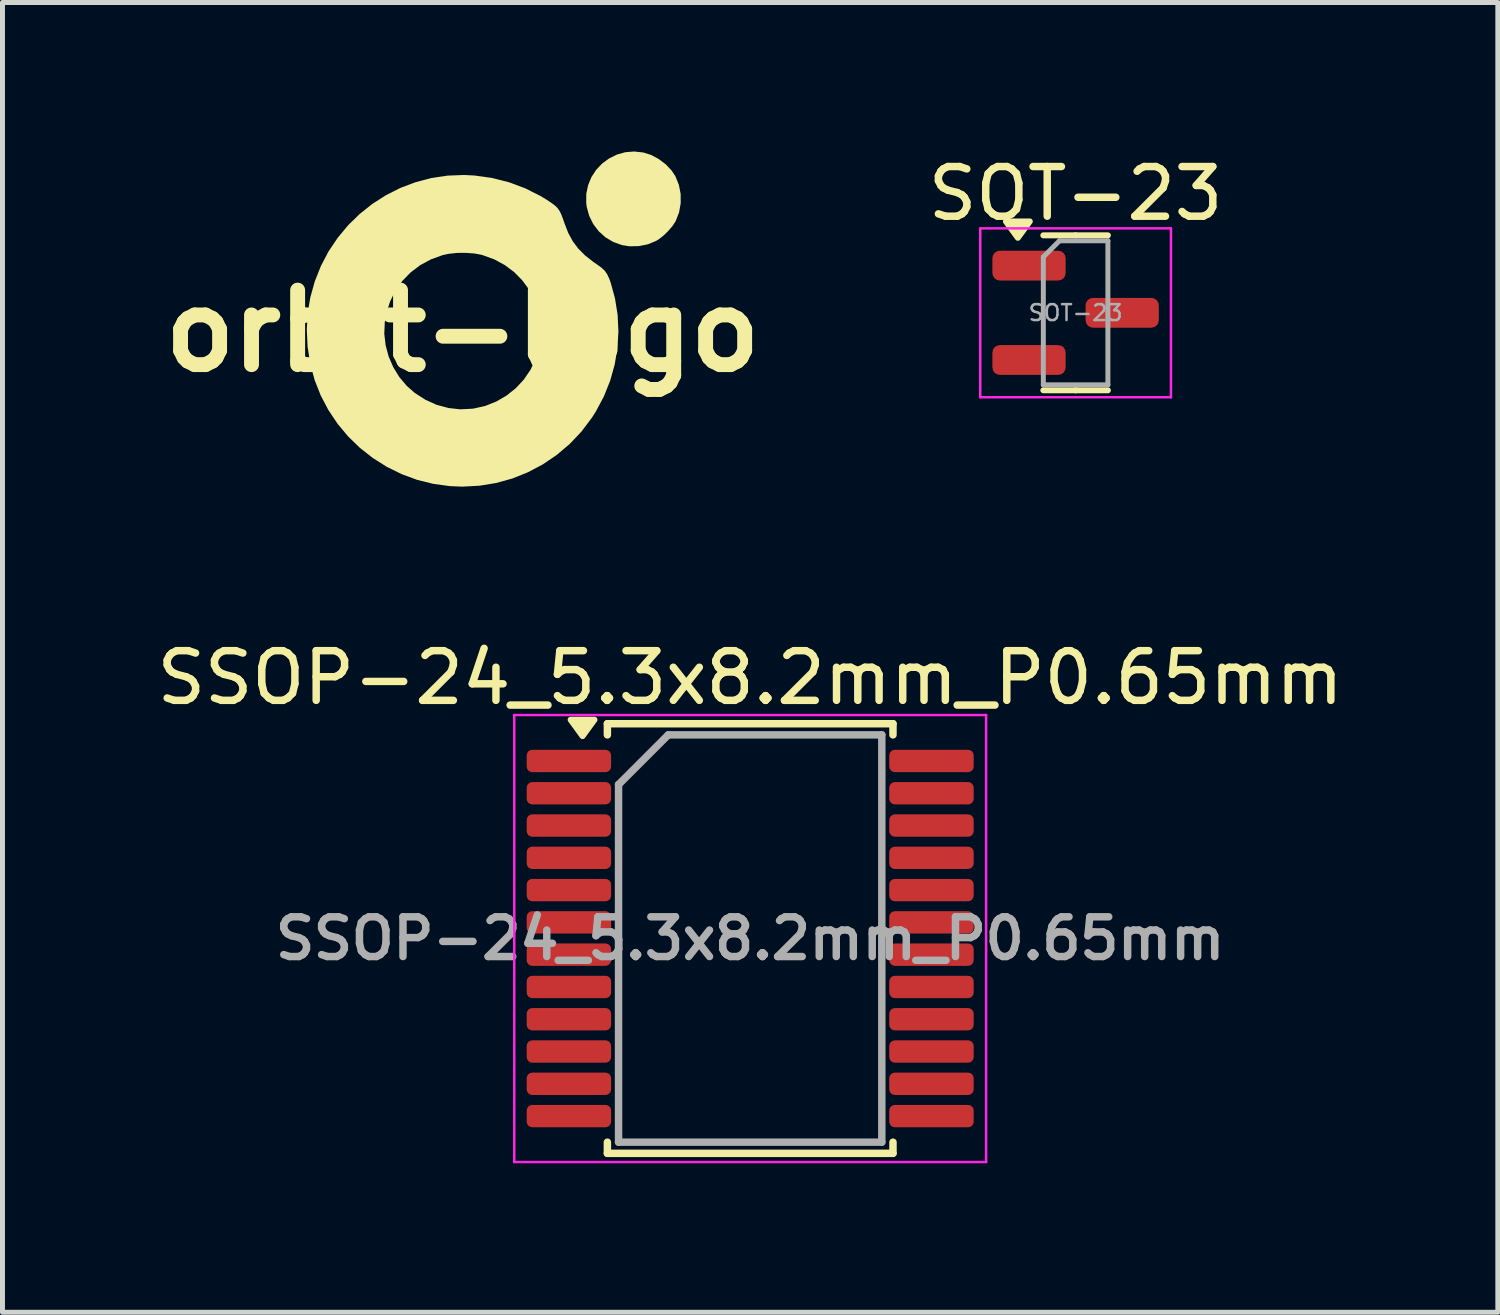
<source format=kicad_pcb>
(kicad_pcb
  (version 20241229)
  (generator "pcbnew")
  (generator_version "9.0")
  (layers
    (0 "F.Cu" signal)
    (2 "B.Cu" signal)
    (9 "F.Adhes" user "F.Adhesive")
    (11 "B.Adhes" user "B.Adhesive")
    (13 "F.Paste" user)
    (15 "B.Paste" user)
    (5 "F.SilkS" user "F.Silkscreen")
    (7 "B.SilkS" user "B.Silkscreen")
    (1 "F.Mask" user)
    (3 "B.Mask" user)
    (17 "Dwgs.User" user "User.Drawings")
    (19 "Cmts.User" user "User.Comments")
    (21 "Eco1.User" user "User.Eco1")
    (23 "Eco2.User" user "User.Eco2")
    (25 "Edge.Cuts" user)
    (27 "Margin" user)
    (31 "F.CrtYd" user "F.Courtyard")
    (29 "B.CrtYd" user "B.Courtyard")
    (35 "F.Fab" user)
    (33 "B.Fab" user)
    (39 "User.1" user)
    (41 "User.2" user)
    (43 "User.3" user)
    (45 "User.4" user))
  (footprint "orbit-logo"
    (layer "F.Cu")
    (at 6.264 3.613)
    (property "Reference" "orbit-logo" (at 0 0 0) (layer "F.SilkS") (effects (font (size 1.5 1.5) (thickness 0.3))))
    (attr board_only exclude_from_pos_files exclude_from_bom)
    (fp_poly (pts (xy 3.638 -3.593) (xy 3.796 -3.543) (xy 3.949 -3.461) (xy 4.089 -3.355) (xy 4.207 -3.231) (xy 4.284 -3.115) (xy 4.354 -2.942) (xy 4.39 -2.758) (xy 4.391 -2.57) (xy 4.358 -2.386) (xy 4.29 -2.212) (xy 4.283 -2.2) (xy 4.224 -2.11) (xy 4.141 -2.014) (xy 4.047 -1.922) (xy 3.952 -1.847) (xy 3.896 -1.813) (xy 3.729 -1.744) (xy 3.547 -1.708) (xy 3.361 -1.704) (xy 3.211 -1.728) (xy 3.035 -1.79) (xy 2.877 -1.884) (xy 2.741 -2.006) (xy 2.63 -2.152) (xy 2.548 -2.318) (xy 2.499 -2.499) (xy 2.489 -2.575) (xy 2.49 -2.76) (xy 2.527 -2.935) (xy 2.594 -3.098) (xy 2.689 -3.243) (xy 2.808 -3.369) (xy 2.948 -3.472) (xy 3.104 -3.55) (xy 3.274 -3.598) (xy 3.453 -3.613)) (stroke (width 0) (type solid)) (fill yes) (layer "F.SilkS"))
    (fp_poly (pts (xy 0.244 -3.129) (xy 0.593 -3.079) (xy 0.932 -2.994) (xy 1.257 -2.873) (xy 1.564 -2.719) (xy 1.69 -2.643) (xy 1.787 -2.579) (xy 1.859 -2.525) (xy 1.913 -2.472) (xy 1.955 -2.411) (xy 1.991 -2.335) (xy 2.029 -2.233) (xy 2.051 -2.169) (xy 2.126 -1.975) (xy 2.217 -1.807) (xy 2.328 -1.658) (xy 2.465 -1.521) (xy 2.633 -1.389) (xy 2.697 -1.345) (xy 2.792 -1.277) (xy 2.86 -1.214) (xy 2.91 -1.143) (xy 2.952 -1.053) (xy 2.979 -0.98) (xy 3.068 -0.656) (xy 3.121 -0.325) (xy 3.137 0.01) (xy 3.117 0.345) (xy 3.062 0.677) (xy 2.971 1.002) (xy 2.845 1.317) (xy 2.685 1.618) (xy 2.601 1.75) (xy 2.392 2.027) (xy 2.156 2.276) (xy 1.896 2.496) (xy 1.616 2.686) (xy 1.318 2.844) (xy 1.005 2.97) (xy 0.678 3.061) (xy 0.342 3.116) (xy -0.002 3.135) (xy -0.252 3.125) (xy -0.59 3.079) (xy -0.917 2.998) (xy -1.23 2.882) (xy -1.528 2.735) (xy -1.808 2.558) (xy -2.068 2.354) (xy -2.305 2.124) (xy -2.517 1.87) (xy -2.701 1.595) (xy -2.856 1.301) (xy -2.979 0.989) (xy -3.067 0.662) (xy -3.068 0.659) (xy -3.121 0.315) (xy -3.133 0.057) (xy -1.577 0.057) (xy -1.55 0.288) (xy -1.489 0.515) (xy -1.396 0.73) (xy -1.274 0.929) (xy -1.124 1.107) (xy -0.965 1.247) (xy -0.75 1.385) (xy -0.525 1.487) (xy -0.29 1.551) (xy -0.049 1.578) (xy 0.196 1.566) (xy 0.224 1.562) (xy 0.458 1.509) (xy 0.679 1.421) (xy 0.885 1.301) (xy 1.071 1.153) (xy 1.233 0.979) (xy 1.367 0.782) (xy 1.47 0.566) (xy 1.489 0.516) (xy 1.551 0.279) (xy 1.576 0.042) (xy 1.566 -0.191) (xy 1.522 -0.417) (xy 1.445 -0.632) (xy 1.338 -0.833) (xy 1.202 -1.018) (xy 1.04 -1.183) (xy 0.851 -1.325) (xy 0.64 -1.44) (xy 0.406 -1.525) (xy 0.401 -1.527) (xy 0.247 -1.558) (xy 0.072 -1.572) (xy -0.109 -1.571) (xy -0.28 -1.553) (xy -0.401 -1.527) (xy -0.639 -1.44) (xy -0.856 -1.323) (xy -1.048 -1.177) (xy -1.215 -1.005) (xy -1.353 -0.81) (xy -1.46 -0.594) (xy -1.534 -0.359) (xy -1.567 -0.175) (xy -1.577 0.057) (xy -3.133 0.057) (xy -3.137 -0.032) (xy -3.116 -0.375) (xy -3.068 -0.668) (xy -2.977 -0.996) (xy -2.853 -1.308) (xy -2.699 -1.602) (xy -2.515 -1.875) (xy -2.306 -2.127) (xy -2.072 -2.355) (xy -1.817 -2.558) (xy -1.543 -2.733) (xy -1.252 -2.88) (xy -0.947 -2.995) (xy -0.63 -3.079) (xy -0.304 -3.127) (xy 0.03 -3.14)) (stroke (width 0) (type solid)) (fill yes) (layer "F.SilkS")))
  (footprint "SOT-23"
    (layer "F.Cu")
    (at 18.606 3.248)
    (property "Reference" "SOT-23" (at 0 -2.4 0) (layer "F.SilkS") (effects (font (size 1 1) (thickness 0.15))))
    (attr smd)
    (fp_line (start 0 -1.56) (end -0.65 -1.56) (stroke (width 0.12) (type solid)) (layer "F.SilkS"))
    (fp_line (start 0 -1.56) (end 0.65 -1.56) (stroke (width 0.12) (type solid)) (layer "F.SilkS"))
    (fp_line (start 0 1.56) (end -0.65 1.56) (stroke (width 0.12) (type solid)) (layer "F.SilkS"))
    (fp_line (start 0 1.56) (end 0.65 1.56) (stroke (width 0.12) (type solid)) (layer "F.SilkS"))
    (fp_poly (pts (xy -1.163 -1.51) (xy -1.403 -1.84) (xy -0.922 -1.84) (xy -1.163 -1.51)) (stroke (width 0.12) (type solid)) (fill yes) (layer "F.SilkS"))
    (fp_line (start -1.92 -1.7) (end -1.92 1.7) (stroke (width 0.05) (type solid)) (layer "F.CrtYd"))
    (fp_line (start -1.92 1.7) (end 1.92 1.7) (stroke (width 0.05) (type solid)) (layer "F.CrtYd"))
    (fp_line (start 1.92 -1.7) (end -1.92 -1.7) (stroke (width 0.05) (type solid)) (layer "F.CrtYd"))
    (fp_line (start 1.92 1.7) (end 1.92 -1.7) (stroke (width 0.05) (type solid)) (layer "F.CrtYd"))
    (fp_line (start -0.65 -1.125) (end -0.325 -1.45) (stroke (width 0.1) (type solid)) (layer "F.Fab"))
    (fp_line (start -0.65 1.45) (end -0.65 -1.125) (stroke (width 0.1) (type solid)) (layer "F.Fab"))
    (fp_line (start -0.325 -1.45) (end 0.65 -1.45) (stroke (width 0.1) (type solid)) (layer "F.Fab"))
    (fp_line (start 0.65 -1.45) (end 0.65 1.45) (stroke (width 0.1) (type solid)) (layer "F.Fab"))
    (fp_line (start 0.65 1.45) (end -0.65 1.45) (stroke (width 0.1) (type solid)) (layer "F.Fab"))
    (fp_text user "${REFERENCE}" (at 0 0 0) (layer "F.Fab") (effects (font (size 0.32 0.32) (thickness 0.05))))
    (pad "1" smd roundrect (at -0.938 -0.95) (size 1.475 0.6) (layers "F.Cu" "F.Mask" "F.Paste") (roundrect_rratio 0.25))
    (pad "2" smd roundrect (at -0.938 0.95) (size 1.475 0.6) (layers "F.Cu" "F.Mask" "F.Paste") (roundrect_rratio 0.25))
    (pad "3" smd roundrect (at 0.938 0) (size 1.475 0.6) (layers "F.Cu" "F.Mask" "F.Paste") (roundrect_rratio 0.25)))
  (footprint "SSOP-24_5.3x8.2mm_P0.65mm"
    (layer "F.Cu")
    (at 12.054 15.846)
    (property "Reference" "SSOP-24_5.3x8.2mm_P0.65mm" (at 0 -5.25 0) (layer "F.SilkS") (effects (font (size 1 1) (thickness 0.15))))
    (attr smd)
    (fp_line (start -2.875 -4.325) (end -2.875 -4.1) (stroke (width 0.15) (type solid)) (layer "F.SilkS"))
    (fp_line (start -2.875 -4.325) (end 2.875 -4.325) (stroke (width 0.15) (type solid)) (layer "F.SilkS"))
    (fp_line (start -2.875 4.325) (end -2.875 4.1) (stroke (width 0.15) (type solid)) (layer "F.SilkS"))
    (fp_line (start -2.875 4.325) (end 2.875 4.325) (stroke (width 0.15) (type solid)) (layer "F.SilkS"))
    (fp_line (start 2.875 -4.325) (end 2.875 -4.1) (stroke (width 0.15) (type solid)) (layer "F.SilkS"))
    (fp_line (start 2.875 4.325) (end 2.875 4.1) (stroke (width 0.15) (type solid)) (layer "F.SilkS"))
    (fp_poly (pts (xy -3.375 -4.075) (xy -3.615 -4.405) (xy -3.135 -4.405) (xy -3.375 -4.075)) (stroke (width 0.12) (type solid)) (fill yes) (layer "F.SilkS"))
    (fp_line (start -4.75 -4.5) (end -4.75 4.5) (stroke (width 0.05) (type solid)) (layer "F.CrtYd"))
    (fp_line (start -4.75 -4.5) (end 4.75 -4.5) (stroke (width 0.05) (type solid)) (layer "F.CrtYd"))
    (fp_line (start -4.75 4.5) (end 4.75 4.5) (stroke (width 0.05) (type solid)) (layer "F.CrtYd"))
    (fp_line (start 4.75 -4.5) (end 4.75 4.5) (stroke (width 0.05) (type solid)) (layer "F.CrtYd"))
    (fp_line (start -2.65 -3.1) (end -1.65 -4.1) (stroke (width 0.15) (type solid)) (layer "F.Fab"))
    (fp_line (start -2.65 4.1) (end -2.65 -3.1) (stroke (width 0.15) (type solid)) (layer "F.Fab"))
    (fp_line (start -1.65 -4.1) (end 2.65 -4.1) (stroke (width 0.15) (type solid)) (layer "F.Fab"))
    (fp_line (start 2.65 -4.1) (end 2.65 4.1) (stroke (width 0.15) (type solid)) (layer "F.Fab"))
    (fp_line (start 2.65 4.1) (end -2.65 4.1) (stroke (width 0.15) (type solid)) (layer "F.Fab"))
    (fp_text user "${REFERENCE}" (at 0 0 0) (layer "F.Fab") (effects (font (size 0.8 0.8) (thickness 0.15))))
    (pad "1" smd roundrect (at -3.65 -3.575) (size 1.7 0.45) (layers "F.Cu" "F.Mask" "F.Paste") (roundrect_rratio 0.25))
    (pad "2" smd roundrect (at -3.65 -2.925) (size 1.7 0.45) (layers "F.Cu" "F.Mask" "F.Paste") (roundrect_rratio 0.25))
    (pad "3" smd roundrect (at -3.65 -2.275) (size 1.7 0.45) (layers "F.Cu" "F.Mask" "F.Paste") (roundrect_rratio 0.25))
    (pad "4" smd roundrect (at -3.65 -1.625) (size 1.7 0.45) (layers "F.Cu" "F.Mask" "F.Paste") (roundrect_rratio 0.25))
    (pad "5" smd roundrect (at -3.65 -0.975) (size 1.7 0.45) (layers "F.Cu" "F.Mask" "F.Paste") (roundrect_rratio 0.25))
    (pad "6" smd roundrect (at -3.65 -0.325) (size 1.7 0.45) (layers "F.Cu" "F.Mask" "F.Paste") (roundrect_rratio 0.25))
    (pad "7" smd roundrect (at -3.65 0.325) (size 1.7 0.45) (layers "F.Cu" "F.Mask" "F.Paste") (roundrect_rratio 0.25))
    (pad "8" smd roundrect (at -3.65 0.975) (size 1.7 0.45) (layers "F.Cu" "F.Mask" "F.Paste") (roundrect_rratio 0.25))
    (pad "9" smd roundrect (at -3.65 1.625) (size 1.7 0.45) (layers "F.Cu" "F.Mask" "F.Paste") (roundrect_rratio 0.25))
    (pad "10" smd roundrect (at -3.65 2.275) (size 1.7 0.45) (layers "F.Cu" "F.Mask" "F.Paste") (roundrect_rratio 0.25))
    (pad "11" smd roundrect (at -3.65 2.925) (size 1.7 0.45) (layers "F.Cu" "F.Mask" "F.Paste") (roundrect_rratio 0.25))
    (pad "12" smd roundrect (at -3.65 3.575) (size 1.7 0.45) (layers "F.Cu" "F.Mask" "F.Paste") (roundrect_rratio 0.25))
    (pad "13" smd roundrect (at 3.65 3.575) (size 1.7 0.45) (layers "F.Cu" "F.Mask" "F.Paste") (roundrect_rratio 0.25))
    (pad "14" smd roundrect (at 3.65 2.925) (size 1.7 0.45) (layers "F.Cu" "F.Mask" "F.Paste") (roundrect_rratio 0.25))
    (pad "15" smd roundrect (at 3.65 2.275) (size 1.7 0.45) (layers "F.Cu" "F.Mask" "F.Paste") (roundrect_rratio 0.25))
    (pad "16" smd roundrect (at 3.65 1.625) (size 1.7 0.45) (layers "F.Cu" "F.Mask" "F.Paste") (roundrect_rratio 0.25))
    (pad "17" smd roundrect (at 3.65 0.975) (size 1.7 0.45) (layers "F.Cu" "F.Mask" "F.Paste") (roundrect_rratio 0.25))
    (pad "18" smd roundrect (at 3.65 0.325) (size 1.7 0.45) (layers "F.Cu" "F.Mask" "F.Paste") (roundrect_rratio 0.25))
    (pad "19" smd roundrect (at 3.65 -0.325) (size 1.7 0.45) (layers "F.Cu" "F.Mask" "F.Paste") (roundrect_rratio 0.25))
    (pad "20" smd roundrect (at 3.65 -0.975) (size 1.7 0.45) (layers "F.Cu" "F.Mask" "F.Paste") (roundrect_rratio 0.25))
    (pad "21" smd roundrect (at 3.65 -1.625) (size 1.7 0.45) (layers "F.Cu" "F.Mask" "F.Paste") (roundrect_rratio 0.25))
    (pad "22" smd roundrect (at 3.65 -2.275) (size 1.7 0.45) (layers "F.Cu" "F.Mask" "F.Paste") (roundrect_rratio 0.25))
    (pad "23" smd roundrect (at 3.65 -2.925) (size 1.7 0.45) (layers "F.Cu" "F.Mask" "F.Paste") (roundrect_rratio 0.25))
    (pad "24" smd roundrect (at 3.65 -3.575) (size 1.7 0.45) (layers "F.Cu" "F.Mask" "F.Paste") (roundrect_rratio 0.25)))
  (gr_rect
    (start -3 -3)
    (end 27.107 23.371)
    (stroke (width 0.1) (type default))
    (fill no)
    (layer "Edge.Cuts")))
</source>
